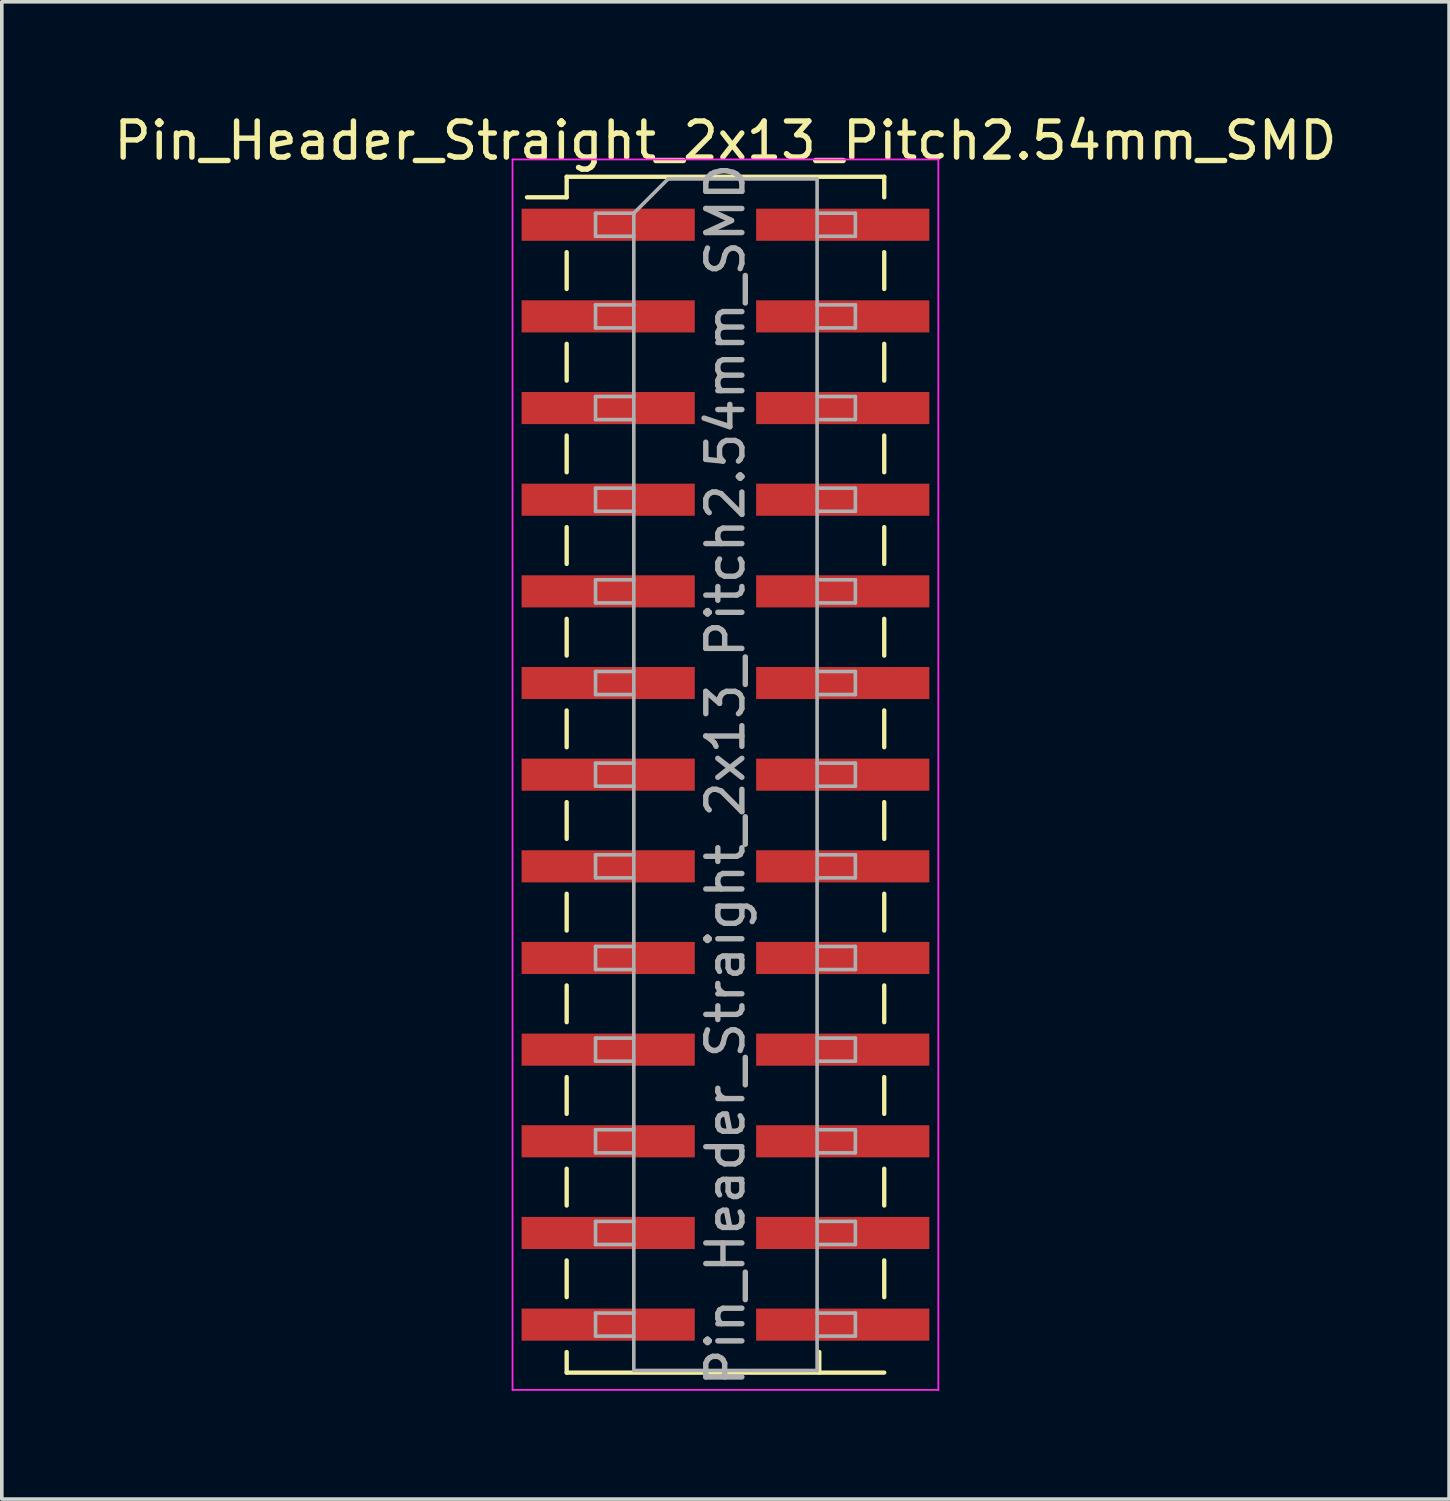
<source format=kicad_pcb>
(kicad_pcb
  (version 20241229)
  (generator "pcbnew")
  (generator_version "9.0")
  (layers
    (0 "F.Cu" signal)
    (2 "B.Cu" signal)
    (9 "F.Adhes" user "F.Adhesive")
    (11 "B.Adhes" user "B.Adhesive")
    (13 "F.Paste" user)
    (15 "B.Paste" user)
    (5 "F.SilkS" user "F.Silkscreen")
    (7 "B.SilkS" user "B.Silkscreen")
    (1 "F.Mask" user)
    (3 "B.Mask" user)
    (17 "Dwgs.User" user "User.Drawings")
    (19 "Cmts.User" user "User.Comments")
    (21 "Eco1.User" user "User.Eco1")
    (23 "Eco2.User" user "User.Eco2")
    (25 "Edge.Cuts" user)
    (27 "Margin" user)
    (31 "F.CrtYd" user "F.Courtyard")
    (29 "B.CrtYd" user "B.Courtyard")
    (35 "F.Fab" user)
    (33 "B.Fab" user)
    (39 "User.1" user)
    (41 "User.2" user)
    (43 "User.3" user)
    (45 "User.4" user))
  (footprint "Pin_Header_Straight_2x13_Pitch2.54mm_SMD"
    (layer "F.Cu")
    (at 17.054 18.418)
    (property "Reference" "Pin_Header_Straight_2x13_Pitch2.54mm_SMD" (at 0 -17.57 0) (layer "F.SilkS") (effects (font (size 1 1) (thickness 0.15))))
    (attr smd)
    (fp_line (start -5.5 -16) (end -4.4 -16) (stroke (width 0.12) (type solid)) (layer "F.SilkS"))
    (fp_line (start -4.4 -16.57) (end -4.4 -16) (stroke (width 0.12) (type solid)) (layer "F.SilkS"))
    (fp_line (start -4.4 -16.57) (end 4.4 -16.57) (stroke (width 0.12) (type solid)) (layer "F.SilkS"))
    (fp_line (start -4.4 -14.48) (end -4.4 -13.46) (stroke (width 0.12) (type solid)) (layer "F.SilkS"))
    (fp_line (start -4.4 -11.94) (end -4.4 -10.92) (stroke (width 0.12) (type solid)) (layer "F.SilkS"))
    (fp_line (start -4.4 -9.4) (end -4.4 -8.38) (stroke (width 0.12) (type solid)) (layer "F.SilkS"))
    (fp_line (start -4.4 -6.86) (end -4.4 -5.84) (stroke (width 0.12) (type solid)) (layer "F.SilkS"))
    (fp_line (start -4.4 -4.32) (end -4.4 -3.3) (stroke (width 0.12) (type solid)) (layer "F.SilkS"))
    (fp_line (start -4.4 -1.78) (end -4.4 -0.76) (stroke (width 0.12) (type solid)) (layer "F.SilkS"))
    (fp_line (start -4.4 0.76) (end -4.4 1.78) (stroke (width 0.12) (type solid)) (layer "F.SilkS"))
    (fp_line (start -4.4 3.3) (end -4.4 4.32) (stroke (width 0.12) (type solid)) (layer "F.SilkS"))
    (fp_line (start -4.4 5.84) (end -4.4 6.86) (stroke (width 0.12) (type solid)) (layer "F.SilkS"))
    (fp_line (start -4.4 8.38) (end -4.4 9.4) (stroke (width 0.12) (type solid)) (layer "F.SilkS"))
    (fp_line (start -4.4 10.92) (end -4.4 11.94) (stroke (width 0.12) (type solid)) (layer "F.SilkS"))
    (fp_line (start -4.4 13.46) (end -4.4 14.48) (stroke (width 0.12) (type solid)) (layer "F.SilkS"))
    (fp_line (start -4.4 16) (end -4.4 16.57) (stroke (width 0.12) (type solid)) (layer "F.SilkS"))
    (fp_line (start -4.4 16.57) (end 4.4 16.57) (stroke (width 0.12) (type solid)) (layer "F.SilkS"))
    (fp_line (start 2.6 16) (end 2.6 16.57) (stroke (width 0.12) (type solid)) (layer "F.SilkS"))
    (fp_line (start 4.4 -16.57) (end 4.4 -16) (stroke (width 0.12) (type solid)) (layer "F.SilkS"))
    (fp_line (start 4.4 -14.48) (end 4.4 -13.46) (stroke (width 0.12) (type solid)) (layer "F.SilkS"))
    (fp_line (start 4.4 -11.94) (end 4.4 -10.92) (stroke (width 0.12) (type solid)) (layer "F.SilkS"))
    (fp_line (start 4.4 -9.4) (end 4.4 -8.38) (stroke (width 0.12) (type solid)) (layer "F.SilkS"))
    (fp_line (start 4.4 -6.86) (end 4.4 -5.84) (stroke (width 0.12) (type solid)) (layer "F.SilkS"))
    (fp_line (start 4.4 -4.32) (end 4.4 -3.3) (stroke (width 0.12) (type solid)) (layer "F.SilkS"))
    (fp_line (start 4.4 -1.78) (end 4.4 -0.76) (stroke (width 0.12) (type solid)) (layer "F.SilkS"))
    (fp_line (start 4.4 0.76) (end 4.4 1.78) (stroke (width 0.12) (type solid)) (layer "F.SilkS"))
    (fp_line (start 4.4 3.3) (end 4.4 4.32) (stroke (width 0.12) (type solid)) (layer "F.SilkS"))
    (fp_line (start 4.4 5.84) (end 4.4 6.86) (stroke (width 0.12) (type solid)) (layer "F.SilkS"))
    (fp_line (start 4.4 8.38) (end 4.4 9.4) (stroke (width 0.12) (type solid)) (layer "F.SilkS"))
    (fp_line (start 4.4 10.92) (end 4.4 11.94) (stroke (width 0.12) (type solid)) (layer "F.SilkS"))
    (fp_line (start 4.4 13.46) (end 4.4 14.48) (stroke (width 0.12) (type solid)) (layer "F.SilkS"))
    (fp_line (start -5.9 -17.05) (end -5.9 17.05) (stroke (width 0.05) (type solid)) (layer "F.CrtYd"))
    (fp_line (start -5.9 17.05) (end 5.9 17.05) (stroke (width 0.05) (type solid)) (layer "F.CrtYd"))
    (fp_line (start 5.9 -17.05) (end -5.9 -17.05) (stroke (width 0.05) (type solid)) (layer "F.CrtYd"))
    (fp_line (start 5.9 17.05) (end 5.9 -17.05) (stroke (width 0.05) (type solid)) (layer "F.CrtYd"))
    (fp_line (start -3.6 -15.56) (end -3.6 -14.92) (stroke (width 0.1) (type solid)) (layer "F.Fab"))
    (fp_line (start -3.6 -14.92) (end -2.54 -14.92) (stroke (width 0.1) (type solid)) (layer "F.Fab"))
    (fp_line (start -3.6 -13.02) (end -3.6 -12.38) (stroke (width 0.1) (type solid)) (layer "F.Fab"))
    (fp_line (start -3.6 -12.38) (end -2.54 -12.38) (stroke (width 0.1) (type solid)) (layer "F.Fab"))
    (fp_line (start -3.6 -10.48) (end -3.6 -9.84) (stroke (width 0.1) (type solid)) (layer "F.Fab"))
    (fp_line (start -3.6 -9.84) (end -2.54 -9.84) (stroke (width 0.1) (type solid)) (layer "F.Fab"))
    (fp_line (start -3.6 -7.94) (end -3.6 -7.3) (stroke (width 0.1) (type solid)) (layer "F.Fab"))
    (fp_line (start -3.6 -7.3) (end -2.54 -7.3) (stroke (width 0.1) (type solid)) (layer "F.Fab"))
    (fp_line (start -3.6 -5.4) (end -3.6 -4.76) (stroke (width 0.1) (type solid)) (layer "F.Fab"))
    (fp_line (start -3.6 -4.76) (end -2.54 -4.76) (stroke (width 0.1) (type solid)) (layer "F.Fab"))
    (fp_line (start -3.6 -2.86) (end -3.6 -2.22) (stroke (width 0.1) (type solid)) (layer "F.Fab"))
    (fp_line (start -3.6 -2.22) (end -2.54 -2.22) (stroke (width 0.1) (type solid)) (layer "F.Fab"))
    (fp_line (start -3.6 -0.32) (end -3.6 0.32) (stroke (width 0.1) (type solid)) (layer "F.Fab"))
    (fp_line (start -3.6 0.32) (end -2.54 0.32) (stroke (width 0.1) (type solid)) (layer "F.Fab"))
    (fp_line (start -3.6 2.22) (end -3.6 2.86) (stroke (width 0.1) (type solid)) (layer "F.Fab"))
    (fp_line (start -3.6 2.86) (end -2.54 2.86) (stroke (width 0.1) (type solid)) (layer "F.Fab"))
    (fp_line (start -3.6 4.76) (end -3.6 5.4) (stroke (width 0.1) (type solid)) (layer "F.Fab"))
    (fp_line (start -3.6 5.4) (end -2.54 5.4) (stroke (width 0.1) (type solid)) (layer "F.Fab"))
    (fp_line (start -3.6 7.3) (end -3.6 7.94) (stroke (width 0.1) (type solid)) (layer "F.Fab"))
    (fp_line (start -3.6 7.94) (end -2.54 7.94) (stroke (width 0.1) (type solid)) (layer "F.Fab"))
    (fp_line (start -3.6 9.84) (end -3.6 10.48) (stroke (width 0.1) (type solid)) (layer "F.Fab"))
    (fp_line (start -3.6 10.48) (end -2.54 10.48) (stroke (width 0.1) (type solid)) (layer "F.Fab"))
    (fp_line (start -3.6 12.38) (end -3.6 13.02) (stroke (width 0.1) (type solid)) (layer "F.Fab"))
    (fp_line (start -3.6 13.02) (end -2.54 13.02) (stroke (width 0.1) (type solid)) (layer "F.Fab"))
    (fp_line (start -3.6 14.92) (end -3.6 15.56) (stroke (width 0.1) (type solid)) (layer "F.Fab"))
    (fp_line (start -3.6 15.56) (end -2.54 15.56) (stroke (width 0.1) (type solid)) (layer "F.Fab"))
    (fp_line (start -2.54 -15.56) (end -3.6 -15.56) (stroke (width 0.1) (type solid)) (layer "F.Fab"))
    (fp_line (start -2.54 -15.56) (end -1.59 -16.51) (stroke (width 0.1) (type solid)) (layer "F.Fab"))
    (fp_line (start -2.54 -13.02) (end -3.6 -13.02) (stroke (width 0.1) (type solid)) (layer "F.Fab"))
    (fp_line (start -2.54 -10.48) (end -3.6 -10.48) (stroke (width 0.1) (type solid)) (layer "F.Fab"))
    (fp_line (start -2.54 -7.94) (end -3.6 -7.94) (stroke (width 0.1) (type solid)) (layer "F.Fab"))
    (fp_line (start -2.54 -5.4) (end -3.6 -5.4) (stroke (width 0.1) (type solid)) (layer "F.Fab"))
    (fp_line (start -2.54 -2.86) (end -3.6 -2.86) (stroke (width 0.1) (type solid)) (layer "F.Fab"))
    (fp_line (start -2.54 -0.32) (end -3.6 -0.32) (stroke (width 0.1) (type solid)) (layer "F.Fab"))
    (fp_line (start -2.54 2.22) (end -3.6 2.22) (stroke (width 0.1) (type solid)) (layer "F.Fab"))
    (fp_line (start -2.54 4.76) (end -3.6 4.76) (stroke (width 0.1) (type solid)) (layer "F.Fab"))
    (fp_line (start -2.54 7.3) (end -3.6 7.3) (stroke (width 0.1) (type solid)) (layer "F.Fab"))
    (fp_line (start -2.54 9.84) (end -3.6 9.84) (stroke (width 0.1) (type solid)) (layer "F.Fab"))
    (fp_line (start -2.54 12.38) (end -3.6 12.38) (stroke (width 0.1) (type solid)) (layer "F.Fab"))
    (fp_line (start -2.54 14.92) (end -3.6 14.92) (stroke (width 0.1) (type solid)) (layer "F.Fab"))
    (fp_line (start -2.54 16.51) (end -2.54 -15.56) (stroke (width 0.1) (type solid)) (layer "F.Fab"))
    (fp_line (start -1.59 -16.51) (end 2.54 -16.51) (stroke (width 0.1) (type solid)) (layer "F.Fab"))
    (fp_line (start 2.54 -16.51) (end 2.54 16.51) (stroke (width 0.1) (type solid)) (layer "F.Fab"))
    (fp_line (start 2.54 -15.56) (end 3.6 -15.56) (stroke (width 0.1) (type solid)) (layer "F.Fab"))
    (fp_line (start 2.54 -13.02) (end 3.6 -13.02) (stroke (width 0.1) (type solid)) (layer "F.Fab"))
    (fp_line (start 2.54 -10.48) (end 3.6 -10.48) (stroke (width 0.1) (type solid)) (layer "F.Fab"))
    (fp_line (start 2.54 -7.94) (end 3.6 -7.94) (stroke (width 0.1) (type solid)) (layer "F.Fab"))
    (fp_line (start 2.54 -5.4) (end 3.6 -5.4) (stroke (width 0.1) (type solid)) (layer "F.Fab"))
    (fp_line (start 2.54 -2.86) (end 3.6 -2.86) (stroke (width 0.1) (type solid)) (layer "F.Fab"))
    (fp_line (start 2.54 -0.32) (end 3.6 -0.32) (stroke (width 0.1) (type solid)) (layer "F.Fab"))
    (fp_line (start 2.54 2.22) (end 3.6 2.22) (stroke (width 0.1) (type solid)) (layer "F.Fab"))
    (fp_line (start 2.54 4.76) (end 3.6 4.76) (stroke (width 0.1) (type solid)) (layer "F.Fab"))
    (fp_line (start 2.54 7.3) (end 3.6 7.3) (stroke (width 0.1) (type solid)) (layer "F.Fab"))
    (fp_line (start 2.54 9.84) (end 3.6 9.84) (stroke (width 0.1) (type solid)) (layer "F.Fab"))
    (fp_line (start 2.54 12.38) (end 3.6 12.38) (stroke (width 0.1) (type solid)) (layer "F.Fab"))
    (fp_line (start 2.54 14.92) (end 3.6 14.92) (stroke (width 0.1) (type solid)) (layer "F.Fab"))
    (fp_line (start 2.54 16.51) (end -2.54 16.51) (stroke (width 0.1) (type solid)) (layer "F.Fab"))
    (fp_line (start 3.6 -15.56) (end 3.6 -14.92) (stroke (width 0.1) (type solid)) (layer "F.Fab"))
    (fp_line (start 3.6 -14.92) (end 2.54 -14.92) (stroke (width 0.1) (type solid)) (layer "F.Fab"))
    (fp_line (start 3.6 -13.02) (end 3.6 -12.38) (stroke (width 0.1) (type solid)) (layer "F.Fab"))
    (fp_line (start 3.6 -12.38) (end 2.54 -12.38) (stroke (width 0.1) (type solid)) (layer "F.Fab"))
    (fp_line (start 3.6 -10.48) (end 3.6 -9.84) (stroke (width 0.1) (type solid)) (layer "F.Fab"))
    (fp_line (start 3.6 -9.84) (end 2.54 -9.84) (stroke (width 0.1) (type solid)) (layer "F.Fab"))
    (fp_line (start 3.6 -7.94) (end 3.6 -7.3) (stroke (width 0.1) (type solid)) (layer "F.Fab"))
    (fp_line (start 3.6 -7.3) (end 2.54 -7.3) (stroke (width 0.1) (type solid)) (layer "F.Fab"))
    (fp_line (start 3.6 -5.4) (end 3.6 -4.76) (stroke (width 0.1) (type solid)) (layer "F.Fab"))
    (fp_line (start 3.6 -4.76) (end 2.54 -4.76) (stroke (width 0.1) (type solid)) (layer "F.Fab"))
    (fp_line (start 3.6 -2.86) (end 3.6 -2.22) (stroke (width 0.1) (type solid)) (layer "F.Fab"))
    (fp_line (start 3.6 -2.22) (end 2.54 -2.22) (stroke (width 0.1) (type solid)) (layer "F.Fab"))
    (fp_line (start 3.6 -0.32) (end 3.6 0.32) (stroke (width 0.1) (type solid)) (layer "F.Fab"))
    (fp_line (start 3.6 0.32) (end 2.54 0.32) (stroke (width 0.1) (type solid)) (layer "F.Fab"))
    (fp_line (start 3.6 2.22) (end 3.6 2.86) (stroke (width 0.1) (type solid)) (layer "F.Fab"))
    (fp_line (start 3.6 2.86) (end 2.54 2.86) (stroke (width 0.1) (type solid)) (layer "F.Fab"))
    (fp_line (start 3.6 4.76) (end 3.6 5.4) (stroke (width 0.1) (type solid)) (layer "F.Fab"))
    (fp_line (start 3.6 5.4) (end 2.54 5.4) (stroke (width 0.1) (type solid)) (layer "F.Fab"))
    (fp_line (start 3.6 7.3) (end 3.6 7.94) (stroke (width 0.1) (type solid)) (layer "F.Fab"))
    (fp_line (start 3.6 7.94) (end 2.54 7.94) (stroke (width 0.1) (type solid)) (layer "F.Fab"))
    (fp_line (start 3.6 9.84) (end 3.6 10.48) (stroke (width 0.1) (type solid)) (layer "F.Fab"))
    (fp_line (start 3.6 10.48) (end 2.54 10.48) (stroke (width 0.1) (type solid)) (layer "F.Fab"))
    (fp_line (start 3.6 12.38) (end 3.6 13.02) (stroke (width 0.1) (type solid)) (layer "F.Fab"))
    (fp_line (start 3.6 13.02) (end 2.54 13.02) (stroke (width 0.1) (type solid)) (layer "F.Fab"))
    (fp_line (start 3.6 14.92) (end 3.6 15.56) (stroke (width 0.1) (type solid)) (layer "F.Fab"))
    (fp_line (start 3.6 15.56) (end 2.54 15.56) (stroke (width 0.1) (type solid)) (layer "F.Fab"))
    (fp_text user "${REFERENCE}" (at 0 0 90) (layer "F.Fab") (effects (font (size 1 1) (thickness 0.15))))
    (pad "1" smd rect (at -3.25 -15.24) (size 4.8 0.89) (layers "F.Cu" "F.Mask" "F.Paste"))
    (pad "2" smd rect (at 3.25 -15.24) (size 4.8 0.89) (layers "F.Cu" "F.Mask" "F.Paste"))
    (pad "3" smd rect (at -3.25 -12.7) (size 4.8 0.89) (layers "F.Cu" "F.Mask" "F.Paste"))
    (pad "4" smd rect (at 3.25 -12.7) (size 4.8 0.89) (layers "F.Cu" "F.Mask" "F.Paste"))
    (pad "5" smd rect (at -3.25 -10.16) (size 4.8 0.89) (layers "F.Cu" "F.Mask" "F.Paste"))
    (pad "6" smd rect (at 3.25 -10.16) (size 4.8 0.89) (layers "F.Cu" "F.Mask" "F.Paste"))
    (pad "7" smd rect (at -3.25 -7.62) (size 4.8 0.89) (layers "F.Cu" "F.Mask" "F.Paste"))
    (pad "8" smd rect (at 3.25 -7.62) (size 4.8 0.89) (layers "F.Cu" "F.Mask" "F.Paste"))
    (pad "9" smd rect (at -3.25 -5.08) (size 4.8 0.89) (layers "F.Cu" "F.Mask" "F.Paste"))
    (pad "10" smd rect (at 3.25 -5.08) (size 4.8 0.89) (layers "F.Cu" "F.Mask" "F.Paste"))
    (pad "11" smd rect (at -3.25 -2.54) (size 4.8 0.89) (layers "F.Cu" "F.Mask" "F.Paste"))
    (pad "12" smd rect (at 3.25 -2.54) (size 4.8 0.89) (layers "F.Cu" "F.Mask" "F.Paste"))
    (pad "13" smd rect (at -3.25 0) (size 4.8 0.89) (layers "F.Cu" "F.Mask" "F.Paste"))
    (pad "14" smd rect (at 3.25 0) (size 4.8 0.89) (layers "F.Cu" "F.Mask" "F.Paste"))
    (pad "15" smd rect (at -3.25 2.54) (size 4.8 0.89) (layers "F.Cu" "F.Mask" "F.Paste"))
    (pad "16" smd rect (at 3.25 2.54) (size 4.8 0.89) (layers "F.Cu" "F.Mask" "F.Paste"))
    (pad "17" smd rect (at -3.25 5.08) (size 4.8 0.89) (layers "F.Cu" "F.Mask" "F.Paste"))
    (pad "18" smd rect (at 3.25 5.08) (size 4.8 0.89) (layers "F.Cu" "F.Mask" "F.Paste"))
    (pad "19" smd rect (at -3.25 7.62) (size 4.8 0.89) (layers "F.Cu" "F.Mask" "F.Paste"))
    (pad "20" smd rect (at 3.25 7.62) (size 4.8 0.89) (layers "F.Cu" "F.Mask" "F.Paste"))
    (pad "21" smd rect (at -3.25 10.16) (size 4.8 0.89) (layers "F.Cu" "F.Mask" "F.Paste"))
    (pad "22" smd rect (at 3.25 10.16) (size 4.8 0.89) (layers "F.Cu" "F.Mask" "F.Paste"))
    (pad "23" smd rect (at -3.25 12.7) (size 4.8 0.89) (layers "F.Cu" "F.Mask" "F.Paste"))
    (pad "24" smd rect (at 3.25 12.7) (size 4.8 0.89) (layers "F.Cu" "F.Mask" "F.Paste"))
    (pad "25" smd rect (at -3.25 15.24) (size 4.8 0.89) (layers "F.Cu" "F.Mask" "F.Paste"))
    (pad "26" smd rect (at 3.25 15.24) (size 4.8 0.89) (layers "F.Cu" "F.Mask" "F.Paste")))
  (gr_rect
    (start -3 -3)
    (end 37.107 38.493)
    (stroke (width 0.1) (type default))
    (fill no)
    (layer "Edge.Cuts")))
</source>
